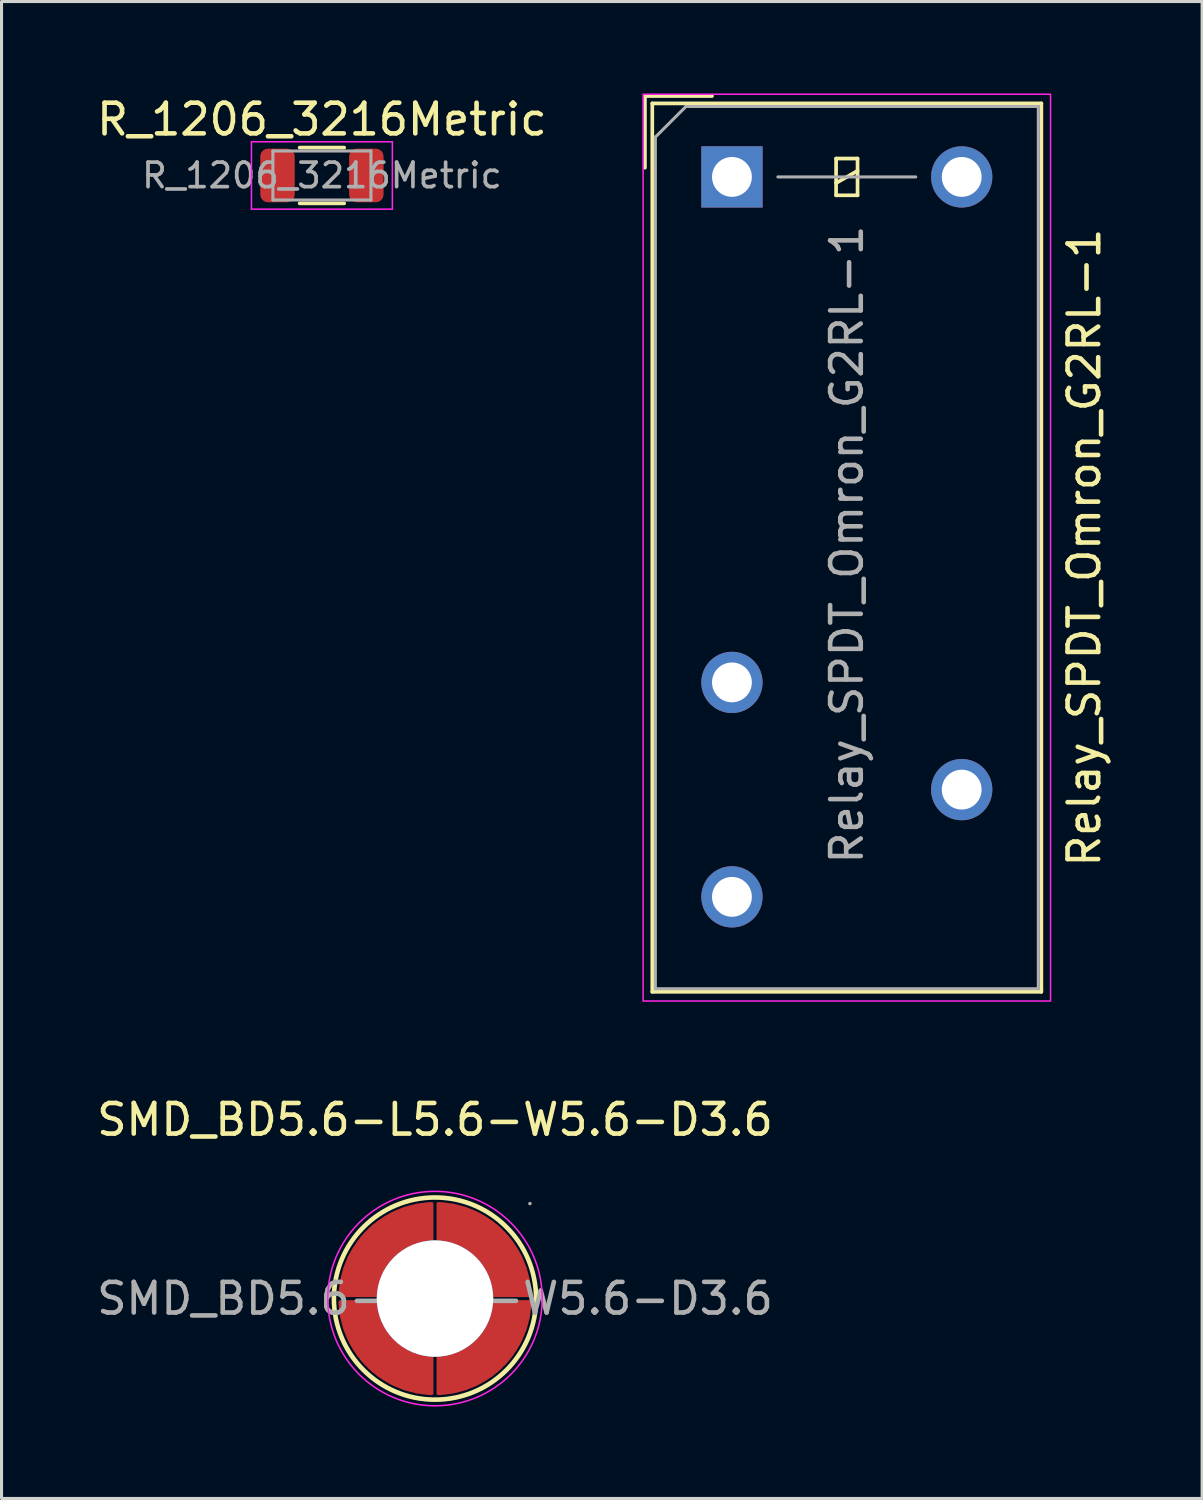
<source format=kicad_pcb>
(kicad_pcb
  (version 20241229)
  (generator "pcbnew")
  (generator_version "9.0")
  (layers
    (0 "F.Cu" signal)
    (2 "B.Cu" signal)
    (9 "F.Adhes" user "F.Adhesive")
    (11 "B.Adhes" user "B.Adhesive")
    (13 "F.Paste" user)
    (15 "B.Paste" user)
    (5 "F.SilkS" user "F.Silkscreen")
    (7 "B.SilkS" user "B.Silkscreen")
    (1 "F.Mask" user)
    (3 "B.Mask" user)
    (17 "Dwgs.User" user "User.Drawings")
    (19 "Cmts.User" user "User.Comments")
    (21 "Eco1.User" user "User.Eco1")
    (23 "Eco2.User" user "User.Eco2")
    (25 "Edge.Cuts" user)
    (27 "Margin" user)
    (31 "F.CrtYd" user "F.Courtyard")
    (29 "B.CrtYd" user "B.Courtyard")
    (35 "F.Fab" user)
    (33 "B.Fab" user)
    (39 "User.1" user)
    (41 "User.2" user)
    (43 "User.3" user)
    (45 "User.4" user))
  (footprint "Relay_SPDT_Omron_G2RL-1"
    (layer "F.Cu")
    (at 20.842 2.725)
    (property "Reference" "Relay_SPDT_Omron_G2RL-1" (at 11.5 12.1 90) (layer "F.SilkS") (effects (font (size 1 1) (thickness 0.15))))
    (attr through_hole)
    (fp_line (start -2.84 -2.64) (end -0.65 -2.64) (stroke (width 0.12) (type solid)) (layer "F.SilkS"))
    (fp_line (start -2.84 -0.3) (end -2.84 -2.64) (stroke (width 0.12) (type solid)) (layer "F.SilkS"))
    (fp_line (start -2.6 -2.4) (end -2.6 26.6) (stroke (width 0.12) (type solid)) (layer "F.SilkS"))
    (fp_line (start -2.6 26.6) (end 10.1 26.6) (stroke (width 0.12) (type solid)) (layer "F.SilkS"))
    (fp_line (start 3.4 -0.6) (end 3.4 0.6) (stroke (width 0.12) (type solid)) (layer "F.SilkS"))
    (fp_line (start 3.4 0.2) (end 4.1 -0.2) (stroke (width 0.12) (type solid)) (layer "F.SilkS"))
    (fp_line (start 3.4 0.6) (end 4.1 0.6) (stroke (width 0.12) (type solid)) (layer "F.SilkS"))
    (fp_line (start 4.1 -0.6) (end 3.4 -0.6) (stroke (width 0.12) (type solid)) (layer "F.SilkS"))
    (fp_line (start 4.1 0.6) (end 4.1 -0.6) (stroke (width 0.12) (type solid)) (layer "F.SilkS"))
    (fp_line (start 10.1 -2.4) (end -2.6 -2.4) (stroke (width 0.12) (type solid)) (layer "F.SilkS"))
    (fp_line (start 10.1 26.6) (end 10.1 -2.4) (stroke (width 0.12) (type solid)) (layer "F.SilkS"))
    (fp_rect (start -2.9 -2.7) (end 10.4 26.9) (stroke (width 0.05) (type default)) (fill no) (layer "F.CrtYd"))
    (fp_line (start -2.5 -1.3) (end -2.5 26.5) (stroke (width 0.1) (type solid)) (layer "F.Fab"))
    (fp_line (start -2.5 26.5) (end 10 26.5) (stroke (width 0.1) (type solid)) (layer "F.Fab"))
    (fp_line (start -1.5 -2.3) (end -2.5 -1.3) (stroke (width 0.1) (type solid)) (layer "F.Fab"))
    (fp_line (start 1.5 0) (end 6 0) (stroke (width 0.1) (type solid)) (layer "F.Fab"))
    (fp_line (start 10 -2.3) (end -1.5 -2.3) (stroke (width 0.1) (type solid)) (layer "F.Fab"))
    (fp_line (start 10 26.5) (end 10 -2.3) (stroke (width 0.1) (type solid)) (layer "F.Fab"))
    (fp_text user "${REFERENCE}" (at 3.75 12 90) (layer "F.Fab") (effects (font (size 1 1) (thickness 0.15))))
    (pad "11" thru_hole circle (at 7.5 20) (size 2 2) (drill 1.3) (layers "*.Cu" "*.Mask"))
    (pad "12" thru_hole circle (at 0 16.5) (size 2 2) (drill 1.3) (layers "*.Cu" "*.Mask"))
    (pad "14" thru_hole circle (at 0 23.5) (size 2 2) (drill 1.3) (layers "*.Cu" "*.Mask"))
    (pad "A1" thru_hole rect (at 0 0) (size 2 2) (drill 1.3) (layers "*.Cu" "*.Mask"))
    (pad "A2" thru_hole circle (at 7.5 0) (size 2 2) (drill 1.3) (layers "*.Cu" "*.Mask")))
  (footprint "SMD_BD5.6-L5.6-W5.6-D3.6"
    (layer "F.Cu")
    (at 11.149 39.338)
    (property "Reference" "SMD_BD5.6-L5.6-W5.6-D3.6" (at 0 -5.84 0) (layer "F.SilkS") (effects (font (size 1 1) (thickness 0.15))))
    (attr through_hole)
    (fp_circle (center 0 0) (end 3.3 0) (stroke (width 0.15) (type solid)) (fill no) (layer "F.SilkS"))
    (fp_circle (center 0 0) (end 0.9 0) (stroke (width 1.8) (type solid)) (fill no) (layer "Cmts.User"))
    (fp_circle (center 0 0) (end 3.5 0) (stroke (width 0.05) (type default)) (fill no) (layer "F.CrtYd"))
    (fp_circle (center 3.1 -3.1) (end 3.13 -3.1) (stroke (width 0.06) (type solid)) (fill no) (layer "F.Fab"))
    (fp_text user "${REFERENCE}" (at 0 0 0) (layer "F.Fab") (effects (font (size 1 1) (thickness 0.15))))
    (pad "" thru_hole circle (at 0 0) (size 3.8 3.8) (drill 3.8) (layers "*.Cu" "*.Mask"))
    (pad "1" smd custom (at 0 0) (size 1 1) (layers "F.Cu" "F.Mask" "F.Paste") (options (anchor circle)) (primitives (gr_poly (pts (xy 0.1 3.1) (xy 0.1 1.9) (xy 0.16 1.9) (xy 0.23 1.89) (xy 0.29 1.88) (xy 0.35 1.87) (xy 0.41 1.86) (xy 0.48 1.84) (xy 0.54 1.83) (xy 0.6 1.81) (xy 0.66 1.79) (xy 0.72 1.76) (xy 0.77 1.74) (xy 0.83 1.71) (xy 0.89 1.68) (xy 0.94 1.65) (xy 1 1.62) (xy 1.05 1.59) (xy 1.1 1.55) (xy 1.16 1.51) (xy 1.21 1.47) (xy 1.25 1.43) (xy 1.3 1.39) (xy 1.35 1.35) (xy 1.39 1.3) (xy 1.43 1.25) (xy 1.47 1.21) (xy 1.51 1.16) (xy 1.55 1.1) (xy 1.59 1.05) (xy 1.62 1) (xy 1.65 0.94) (xy 1.68 0.89) (xy 1.71 0.83) (xy 1.74 0.77) (xy 1.76 0.72) (xy 1.79 0.66) (xy 1.81 0.6) (xy 1.83 0.54) (xy 1.84 0.48) (xy 1.86 0.41) (xy 1.87 0.35) (xy 1.88 0.29) (xy 1.89 0.23) (xy 1.9 0.16) (xy 1.9 0.1) (xy 3.1 0.1) (xy 3.1 0.18) (xy 3.09 0.26) (xy 3.08 0.34) (xy 3.07 0.42) (xy 3.06 0.5) (xy 3.05 0.58) (xy 3.03 0.66) (xy 3.01 0.74) (xy 2.99 0.82) (xy 2.97 0.89) (xy 2.95 0.97) (xy 2.92 1.05) (xy 2.89 1.12) (xy 2.86 1.2) (xy 2.83 1.27) (xy 2.8 1.34) (xy 2.76 1.42) (xy 2.72 1.49) (xy 2.68 1.56) (xy 2.64 1.63) (xy 2.6 1.69) (xy 2.55 1.76) (xy 2.51 1.83) (xy 2.46 1.89) (xy 2.41 1.95) (xy 2.36 2.02) (xy 2.3 2.08) (xy 2.25 2.14) (xy 2.19 2.19) (xy 2.14 2.25) (xy 2.08 2.3) (xy 2.02 2.36) (xy 1.95 2.41) (xy 1.89 2.46) (xy 1.83 2.51) (xy 1.76 2.55) (xy 1.69 2.6) (xy 1.63 2.64) (xy 1.56 2.68) (xy 1.49 2.72) (xy 1.42 2.76) (xy 1.34 2.8) (xy 1.27 2.83) (xy 1.2 2.86) (xy 1.12 2.89) (xy 1.05 2.92) (xy 0.97 2.95) (xy 0.89 2.97) (xy 0.82 2.99) (xy 0.74 3.01) (xy 0.66 3.03) (xy 0.58 3.05) (xy 0.5 3.06) (xy 0.42 3.07) (xy 0.34 3.08) (xy 0.26 3.09) (xy 0.18 3.1) (xy 0.1 3.1)) (width 0.1) (fill yes))))
    (pad "1" smd custom (at 0 0 90) (size 1 1) (layers "F.Cu" "F.Mask" "F.Paste") (options (anchor circle)) (primitives (gr_poly (pts (xy -0.1 -3.1) (xy -0.1 -1.9) (xy -0.16 -1.9) (xy -0.23 -1.89) (xy -0.29 -1.88) (xy -0.35 -1.87) (xy -0.41 -1.86) (xy -0.48 -1.84) (xy -0.54 -1.83) (xy -0.6 -1.81) (xy -0.66 -1.79) (xy -0.72 -1.76) (xy -0.77 -1.74) (xy -0.83 -1.71) (xy -0.89 -1.68) (xy -0.94 -1.65) (xy -1 -1.62) (xy -1.05 -1.59) (xy -1.1 -1.55) (xy -1.16 -1.51) (xy -1.21 -1.47) (xy -1.25 -1.43) (xy -1.3 -1.39) (xy -1.35 -1.35) (xy -1.39 -1.3) (xy -1.43 -1.25) (xy -1.47 -1.21) (xy -1.51 -1.16) (xy -1.55 -1.1) (xy -1.59 -1.05) (xy -1.62 -1) (xy -1.65 -0.94) (xy -1.68 -0.89) (xy -1.71 -0.83) (xy -1.74 -0.77) (xy -1.76 -0.72) (xy -1.79 -0.66) (xy -1.81 -0.6) (xy -1.83 -0.54) (xy -1.84 -0.48) (xy -1.86 -0.41) (xy -1.87 -0.35) (xy -1.88 -0.29) (xy -1.89 -0.23) (xy -1.9 -0.16) (xy -1.9 -0.1) (xy -3.1 -0.1) (xy -3.1 -0.18) (xy -3.09 -0.26) (xy -3.08 -0.34) (xy -3.07 -0.42) (xy -3.06 -0.5) (xy -3.05 -0.58) (xy -3.03 -0.66) (xy -3.01 -0.74) (xy -2.99 -0.82) (xy -2.97 -0.89) (xy -2.95 -0.97) (xy -2.92 -1.05) (xy -2.89 -1.12) (xy -2.86 -1.2) (xy -2.83 -1.27) (xy -2.8 -1.34) (xy -2.76 -1.42) (xy -2.72 -1.49) (xy -2.68 -1.56) (xy -2.64 -1.63) (xy -2.6 -1.69) (xy -2.55 -1.76) (xy -2.51 -1.83) (xy -2.46 -1.89) (xy -2.41 -1.95) (xy -2.36 -2.02) (xy -2.3 -2.08) (xy -2.25 -2.14) (xy -2.19 -2.19) (xy -2.14 -2.25) (xy -2.08 -2.3) (xy -2.02 -2.36) (xy -1.95 -2.41) (xy -1.89 -2.46) (xy -1.83 -2.51) (xy -1.76 -2.55) (xy -1.69 -2.6) (xy -1.63 -2.64) (xy -1.56 -2.68) (xy -1.49 -2.72) (xy -1.42 -2.76) (xy -1.34 -2.8) (xy -1.27 -2.83) (xy -1.2 -2.86) (xy -1.12 -2.89) (xy -1.05 -2.92) (xy -0.97 -2.95) (xy -0.89 -2.97) (xy -0.82 -2.99) (xy -0.74 -3.01) (xy -0.66 -3.03) (xy -0.58 -3.05) (xy -0.5 -3.06) (xy -0.42 -3.07) (xy -0.34 -3.08) (xy -0.26 -3.09) (xy -0.18 -3.1) (xy -0.1 -3.1)) (width 0.1) (fill yes))))
    (pad "1" smd custom (at 0 0) (size 1 1) (layers "F.Cu" "F.Mask" "F.Paste") (options (anchor circle)) (primitives (gr_poly (pts (xy 3.1 -0.1) (xy 1.9 -0.1) (xy 1.9 -0.16) (xy 1.89 -0.23) (xy 1.88 -0.29) (xy 1.87 -0.35) (xy 1.86 -0.41) (xy 1.84 -0.48) (xy 1.83 -0.54) (xy 1.81 -0.6) (xy 1.79 -0.66) (xy 1.76 -0.72) (xy 1.74 -0.77) (xy 1.71 -0.83) (xy 1.68 -0.89) (xy 1.65 -0.94) (xy 1.62 -1) (xy 1.59 -1.05) (xy 1.55 -1.1) (xy 1.51 -1.16) (xy 1.47 -1.21) (xy 1.43 -1.25) (xy 1.39 -1.3) (xy 1.35 -1.35) (xy 1.3 -1.39) (xy 1.25 -1.43) (xy 1.21 -1.47) (xy 1.16 -1.51) (xy 1.1 -1.55) (xy 1.05 -1.59) (xy 1 -1.62) (xy 0.94 -1.65) (xy 0.89 -1.68) (xy 0.83 -1.71) (xy 0.77 -1.74) (xy 0.72 -1.76) (xy 0.66 -1.79) (xy 0.6 -1.81) (xy 0.54 -1.83) (xy 0.48 -1.84) (xy 0.41 -1.86) (xy 0.35 -1.87) (xy 0.29 -1.88) (xy 0.23 -1.89) (xy 0.16 -1.9) (xy 0.1 -1.9) (xy 0.1 -3.1) (xy 0.18 -3.1) (xy 0.26 -3.09) (xy 0.34 -3.08) (xy 0.42 -3.07) (xy 0.5 -3.06) (xy 0.58 -3.05) (xy 0.66 -3.03) (xy 0.74 -3.01) (xy 0.82 -2.99) (xy 0.89 -2.97) (xy 0.97 -2.95) (xy 1.05 -2.92) (xy 1.12 -2.89) (xy 1.2 -2.86) (xy 1.27 -2.83) (xy 1.34 -2.8) (xy 1.42 -2.76) (xy 1.49 -2.72) (xy 1.56 -2.68) (xy 1.63 -2.64) (xy 1.69 -2.6) (xy 1.76 -2.55) (xy 1.83 -2.51) (xy 1.89 -2.46) (xy 1.95 -2.41) (xy 2.02 -2.36) (xy 2.08 -2.3) (xy 2.14 -2.25) (xy 2.19 -2.19) (xy 2.25 -2.14) (xy 2.3 -2.08) (xy 2.36 -2.02) (xy 2.41 -1.95) (xy 2.46 -1.89) (xy 2.51 -1.83) (xy 2.55 -1.76) (xy 2.6 -1.69) (xy 2.64 -1.63) (xy 2.68 -1.56) (xy 2.72 -1.49) (xy 2.76 -1.42) (xy 2.8 -1.34) (xy 2.83 -1.27) (xy 2.86 -1.2) (xy 2.89 -1.12) (xy 2.92 -1.05) (xy 2.95 -0.97) (xy 2.97 -0.89) (xy 2.99 -0.82) (xy 3.01 -0.74) (xy 3.03 -0.66) (xy 3.05 -0.58) (xy 3.06 -0.5) (xy 3.07 -0.42) (xy 3.08 -0.34) (xy 3.09 -0.26) (xy 3.1 -0.18) (xy 3.1 -0.1)) (width 0.1) (fill yes))))
    (pad "1" smd custom (at 0 0 270) (size 1 1) (layers "F.Cu" "F.Mask" "F.Paste") (options (anchor circle)) (primitives (gr_poly (pts (xy -3.1 0.1) (xy -1.9 0.1) (xy -1.9 0.16) (xy -1.89 0.23) (xy -1.88 0.29) (xy -1.87 0.35) (xy -1.86 0.41) (xy -1.84 0.48) (xy -1.83 0.54) (xy -1.81 0.6) (xy -1.79 0.66) (xy -1.76 0.72) (xy -1.74 0.77) (xy -1.71 0.83) (xy -1.68 0.89) (xy -1.65 0.94) (xy -1.62 1) (xy -1.59 1.05) (xy -1.55 1.1) (xy -1.51 1.16) (xy -1.47 1.21) (xy -1.43 1.25) (xy -1.39 1.3) (xy -1.35 1.35) (xy -1.3 1.39) (xy -1.25 1.43) (xy -1.21 1.47) (xy -1.16 1.51) (xy -1.1 1.55) (xy -1.05 1.59) (xy -1 1.62) (xy -0.94 1.65) (xy -0.89 1.68) (xy -0.83 1.71) (xy -0.77 1.74) (xy -0.72 1.76) (xy -0.66 1.79) (xy -0.6 1.81) (xy -0.54 1.83) (xy -0.48 1.84) (xy -0.41 1.86) (xy -0.35 1.87) (xy -0.29 1.88) (xy -0.23 1.89) (xy -0.16 1.9) (xy -0.1 1.9) (xy -0.1 3.1) (xy -0.18 3.1) (xy -0.26 3.09) (xy -0.34 3.08) (xy -0.42 3.07) (xy -0.5 3.06) (xy -0.58 3.05) (xy -0.66 3.03) (xy -0.74 3.01) (xy -0.82 2.99) (xy -0.89 2.97) (xy -0.97 2.95) (xy -1.05 2.92) (xy -1.12 2.89) (xy -1.2 2.86) (xy -1.27 2.83) (xy -1.34 2.8) (xy -1.42 2.76) (xy -1.49 2.72) (xy -1.56 2.68) (xy -1.63 2.64) (xy -1.69 2.6) (xy -1.76 2.55) (xy -1.83 2.51) (xy -1.89 2.46) (xy -1.95 2.41) (xy -2.02 2.36) (xy -2.08 2.3) (xy -2.14 2.25) (xy -2.19 2.19) (xy -2.25 2.14) (xy -2.3 2.08) (xy -2.36 2.02) (xy -2.41 1.95) (xy -2.46 1.89) (xy -2.51 1.83) (xy -2.55 1.76) (xy -2.6 1.69) (xy -2.64 1.63) (xy -2.68 1.56) (xy -2.72 1.49) (xy -2.76 1.42) (xy -2.8 1.34) (xy -2.83 1.27) (xy -2.86 1.2) (xy -2.89 1.12) (xy -2.92 1.05) (xy -2.95 0.97) (xy -2.97 0.89) (xy -2.99 0.82) (xy -3.01 0.74) (xy -3.03 0.66) (xy -3.05 0.58) (xy -3.06 0.5) (xy -3.07 0.42) (xy -3.08 0.34) (xy -3.09 0.26) (xy -3.1 0.18) (xy -3.1 0.1)) (width 0.1) (fill yes)))))
  (footprint "R_1206_3216Metric"
    (layer "F.Cu")
    (at 7.458 2.678)
    (property "Reference" "R_1206_3216Metric" (at 0 -1.83 0) (layer "F.SilkS") (effects (font (size 1 1) (thickness 0.15))))
    (attr smd)
    (fp_line (start -0.727 -0.91) (end 0.727 -0.91) (stroke (width 0.12) (type solid)) (layer "F.SilkS"))
    (fp_line (start -0.727 0.91) (end 0.727 0.91) (stroke (width 0.12) (type solid)) (layer "F.SilkS"))
    (fp_line (start -2.3 -1.1) (end 2.3 -1.1) (stroke (width 0.05) (type solid)) (layer "F.CrtYd"))
    (fp_line (start -2.3 1.1) (end -2.3 -1.1) (stroke (width 0.05) (type solid)) (layer "F.CrtYd"))
    (fp_line (start 2.3 -1.1) (end 2.3 1.1) (stroke (width 0.05) (type solid)) (layer "F.CrtYd"))
    (fp_line (start 2.3 1.1) (end -2.3 1.1) (stroke (width 0.05) (type solid)) (layer "F.CrtYd"))
    (fp_line (start -1.6 -0.8) (end 1.6 -0.8) (stroke (width 0.1) (type solid)) (layer "F.Fab"))
    (fp_line (start -1.6 0.8) (end -1.6 -0.8) (stroke (width 0.1) (type solid)) (layer "F.Fab"))
    (fp_line (start 1.6 -0.8) (end 1.6 0.8) (stroke (width 0.1) (type solid)) (layer "F.Fab"))
    (fp_line (start 1.6 0.8) (end -1.6 0.8) (stroke (width 0.1) (type solid)) (layer "F.Fab"))
    (fp_text user "${REFERENCE}" (at 0 0 0) (layer "F.Fab") (effects (font (size 0.8 0.8) (thickness 0.12))))
    (pad "1" smd roundrect (at -1.45 0) (size 1.125 1.75) (layers "F.Cu" "F.Mask" "F.Paste") (roundrect_rratio 0.222))
    (pad "2" smd roundrect (at 1.45 0) (size 1.125 1.75) (layers "F.Cu" "F.Mask" "F.Paste") (roundrect_rratio 0.222)))
  (gr_rect
    (start -3 -3)
    (end 36.19 45.863)
    (stroke (width 0.1) (type default))
    (fill no)
    (layer "Edge.Cuts")))
</source>
